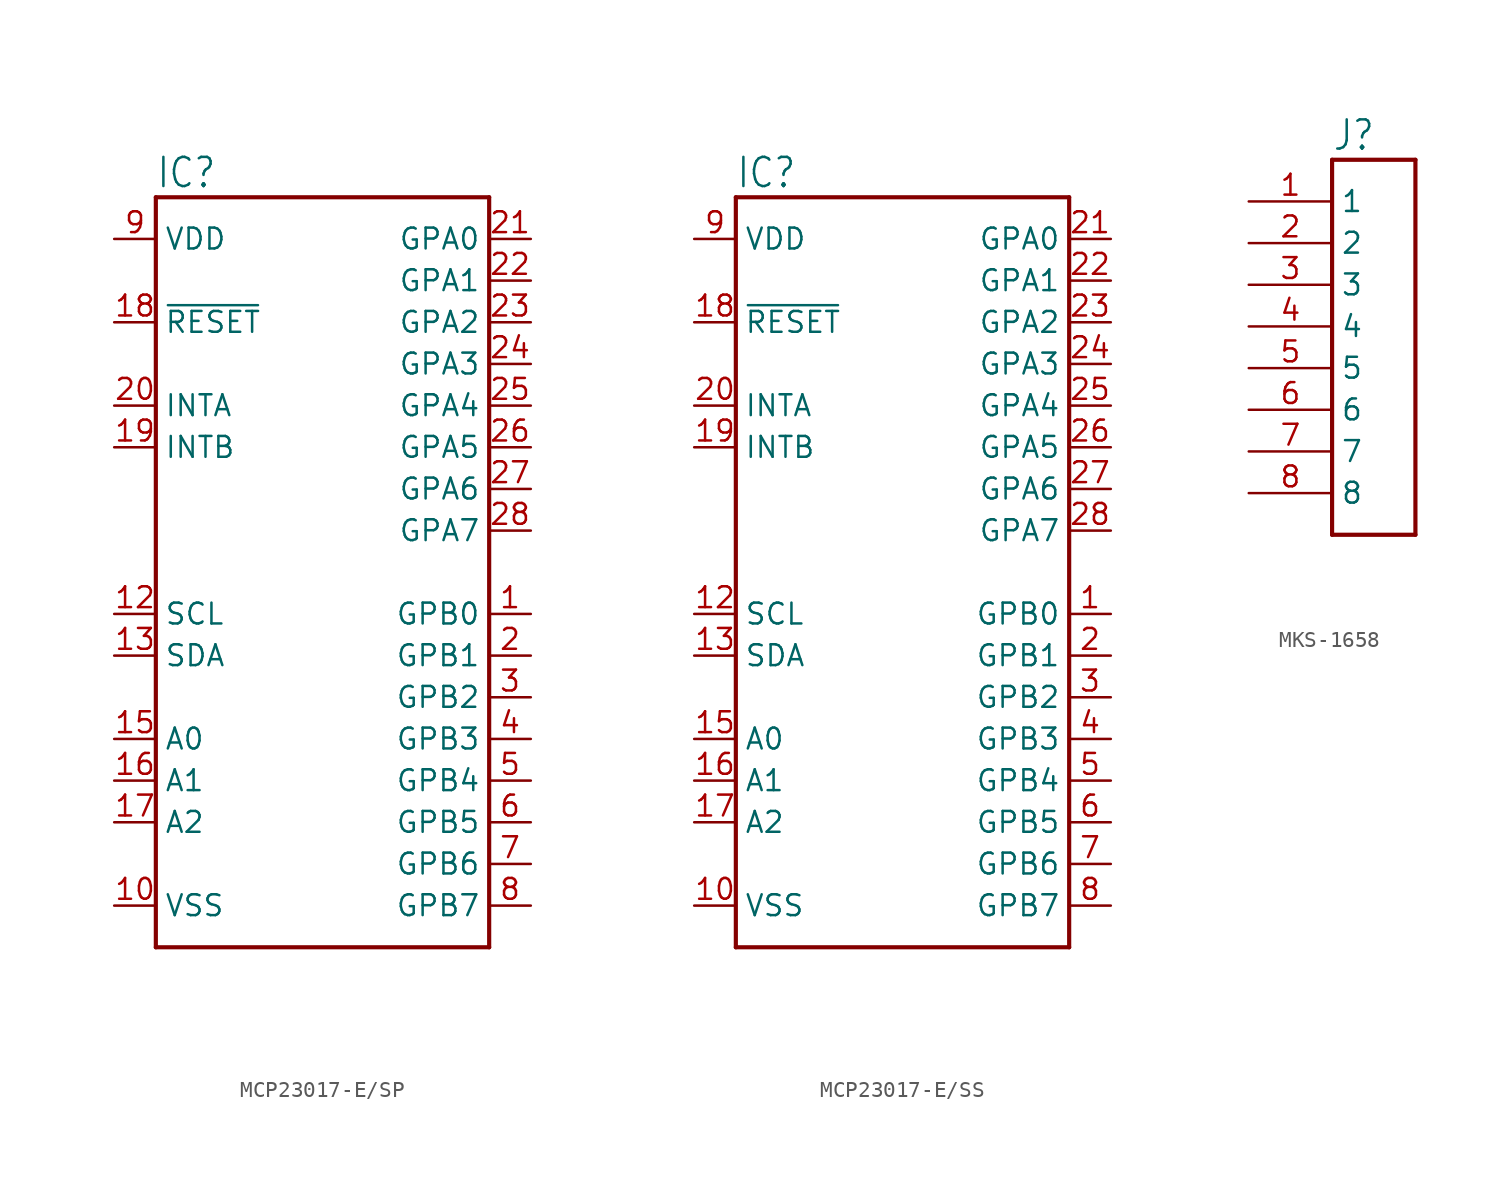
<source format=kicad_sym>
(kicad_symbol_lib
  (version 20220914)
  (generator kicad_symbol_editor)
  (symbol "MCP23017-E/SP"
    (property "Reference" "IC"
      (at -10.16 25.4 0)
      (effects (font (size 1.778 1.511)) (justify left top)))
    (property "Value" ""
      (at -10.16 -25.4 0)
      (effects (font (size 1.778 1.511)) (justify left bottom)))
    (property "ki_locked" ""
      (at 0 0 0)
      (effects (font (size 1.27 1.27))))
    (symbol "MCP23017-E/SP_1_0"
      (polyline (pts (xy -10.16 -22.86) (xy -10.16 22.86)) (stroke (width 0.254) (type solid)) (fill (type none)))
      (polyline (pts (xy -10.16 22.86) (xy 10.16 22.86)) (stroke (width 0.254) (type solid)) (fill (type none)))
      (polyline (pts (xy 10.16 -22.86) (xy -10.16 -22.86)) (stroke (width 0.254) (type solid)) (fill (type none)))
      (polyline (pts (xy 10.16 22.86) (xy 10.16 -22.86)) (stroke (width 0.254) (type solid)) (fill (type none)))
      (pin bidirectional line (at 12.7 -2.54 180) (length 2.54) (name "GPB0" (effects (font (size 1.27 1.27)))) (number "1" (effects (font (size 1.27 1.27)))))
      (pin power_in line (at -12.7 -20.32 0) (length 2.54) (name "VSS" (effects (font (size 1.27 1.27)))) (number "10" (effects (font (size 1.27 1.27)))))
      (pin input line (at -12.7 -2.54 0) (length 2.54) (name "SCL" (effects (font (size 1.27 1.27)))) (number "12" (effects (font (size 1.27 1.27)))))
      (pin bidirectional line (at -12.7 -5.08 0) (length 2.54) (name "SDA" (effects (font (size 1.27 1.27)))) (number "13" (effects (font (size 1.27 1.27)))))
      (pin input line (at -12.7 -10.16 0) (length 2.54) (name "A0" (effects (font (size 1.27 1.27)))) (number "15" (effects (font (size 1.27 1.27)))))
      (pin input line (at -12.7 -12.7 0) (length 2.54) (name "A1" (effects (font (size 1.27 1.27)))) (number "16" (effects (font (size 1.27 1.27)))))
      (pin input line (at -12.7 -15.24 0) (length 2.54) (name "A2" (effects (font (size 1.27 1.27)))) (number "17" (effects (font (size 1.27 1.27)))))
      (pin input line (at -12.7 15.24 0) (length 2.54) (name "~{RESET}" (effects (font (size 1.27 1.27)))) (number "18" (effects (font (size 1.27 1.27)))))
      (pin output line (at -12.7 7.62 0) (length 2.54) (name "INTB" (effects (font (size 1.27 1.27)))) (number "19" (effects (font (size 1.27 1.27)))))
      (pin bidirectional line (at 12.7 -5.08 180) (length 2.54) (name "GPB1" (effects (font (size 1.27 1.27)))) (number "2" (effects (font (size 1.27 1.27)))))
      (pin output line (at -12.7 10.16 0) (length 2.54) (name "INTA" (effects (font (size 1.27 1.27)))) (number "20" (effects (font (size 1.27 1.27)))))
      (pin bidirectional line (at 12.7 20.32 180) (length 2.54) (name "GPA0" (effects (font (size 1.27 1.27)))) (number "21" (effects (font (size 1.27 1.27)))))
      (pin bidirectional line (at 12.7 17.78 180) (length 2.54) (name "GPA1" (effects (font (size 1.27 1.27)))) (number "22" (effects (font (size 1.27 1.27)))))
      (pin bidirectional line (at 12.7 15.24 180) (length 2.54) (name "GPA2" (effects (font (size 1.27 1.27)))) (number "23" (effects (font (size 1.27 1.27)))))
      (pin bidirectional line (at 12.7 12.7 180) (length 2.54) (name "GPA3" (effects (font (size 1.27 1.27)))) (number "24" (effects (font (size 1.27 1.27)))))
      (pin bidirectional line (at 12.7 10.16 180) (length 2.54) (name "GPA4" (effects (font (size 1.27 1.27)))) (number "25" (effects (font (size 1.27 1.27)))))
      (pin bidirectional line (at 12.7 7.62 180) (length 2.54) (name "GPA5" (effects (font (size 1.27 1.27)))) (number "26" (effects (font (size 1.27 1.27)))))
      (pin bidirectional line (at 12.7 5.08 180) (length 2.54) (name "GPA6" (effects (font (size 1.27 1.27)))) (number "27" (effects (font (size 1.27 1.27)))))
      (pin bidirectional line (at 12.7 2.54 180) (length 2.54) (name "GPA7" (effects (font (size 1.27 1.27)))) (number "28" (effects (font (size 1.27 1.27)))))
      (pin bidirectional line (at 12.7 -7.62 180) (length 2.54) (name "GPB2" (effects (font (size 1.27 1.27)))) (number "3" (effects (font (size 1.27 1.27)))))
      (pin bidirectional line (at 12.7 -10.16 180) (length 2.54) (name "GPB3" (effects (font (size 1.27 1.27)))) (number "4" (effects (font (size 1.27 1.27)))))
      (pin bidirectional line (at 12.7 -12.7 180) (length 2.54) (name "GPB4" (effects (font (size 1.27 1.27)))) (number "5" (effects (font (size 1.27 1.27)))))
      (pin bidirectional line (at 12.7 -15.24 180) (length 2.54) (name "GPB5" (effects (font (size 1.27 1.27)))) (number "6" (effects (font (size 1.27 1.27)))))
      (pin bidirectional line (at 12.7 -17.78 180) (length 2.54) (name "GPB6" (effects (font (size 1.27 1.27)))) (number "7" (effects (font (size 1.27 1.27)))))
      (pin bidirectional line (at 12.7 -20.32 180) (length 2.54) (name "GPB7" (effects (font (size 1.27 1.27)))) (number "8" (effects (font (size 1.27 1.27)))))
      (pin power_in line (at -12.7 20.32 0) (length 2.54) (name "VDD" (effects (font (size 1.27 1.27)))) (number "9" (effects (font (size 1.27 1.27)))))))
  (symbol "MCP23017-E/SS"
    (property "Reference" "IC"
      (at -10.16 25.4 0)
      (effects (font (size 1.778 1.511)) (justify left top)))
    (property "Value" ""
      (at -10.16 -25.4 0)
      (effects (font (size 1.778 1.511)) (justify left bottom)))
    (property "ki_locked" ""
      (at 0 0 0)
      (effects (font (size 1.27 1.27))))
    (symbol "MCP23017-E/SS_1_0"
      (polyline (pts (xy -10.16 -22.86) (xy -10.16 22.86)) (stroke (width 0.254) (type solid)) (fill (type none)))
      (polyline (pts (xy -10.16 22.86) (xy 10.16 22.86)) (stroke (width 0.254) (type solid)) (fill (type none)))
      (polyline (pts (xy 10.16 -22.86) (xy -10.16 -22.86)) (stroke (width 0.254) (type solid)) (fill (type none)))
      (polyline (pts (xy 10.16 22.86) (xy 10.16 -22.86)) (stroke (width 0.254) (type solid)) (fill (type none)))
      (pin bidirectional line (at 12.7 -2.54 180) (length 2.54) (name "GPB0" (effects (font (size 1.27 1.27)))) (number "1" (effects (font (size 1.27 1.27)))))
      (pin power_in line (at -12.7 -20.32 0) (length 2.54) (name "VSS" (effects (font (size 1.27 1.27)))) (number "10" (effects (font (size 1.27 1.27)))))
      (pin input line (at -12.7 -2.54 0) (length 2.54) (name "SCL" (effects (font (size 1.27 1.27)))) (number "12" (effects (font (size 1.27 1.27)))))
      (pin bidirectional line (at -12.7 -5.08 0) (length 2.54) (name "SDA" (effects (font (size 1.27 1.27)))) (number "13" (effects (font (size 1.27 1.27)))))
      (pin input line (at -12.7 -10.16 0) (length 2.54) (name "A0" (effects (font (size 1.27 1.27)))) (number "15" (effects (font (size 1.27 1.27)))))
      (pin input line (at -12.7 -12.7 0) (length 2.54) (name "A1" (effects (font (size 1.27 1.27)))) (number "16" (effects (font (size 1.27 1.27)))))
      (pin input line (at -12.7 -15.24 0) (length 2.54) (name "A2" (effects (font (size 1.27 1.27)))) (number "17" (effects (font (size 1.27 1.27)))))
      (pin input line (at -12.7 15.24 0) (length 2.54) (name "~{RESET}" (effects (font (size 1.27 1.27)))) (number "18" (effects (font (size 1.27 1.27)))))
      (pin output line (at -12.7 7.62 0) (length 2.54) (name "INTB" (effects (font (size 1.27 1.27)))) (number "19" (effects (font (size 1.27 1.27)))))
      (pin bidirectional line (at 12.7 -5.08 180) (length 2.54) (name "GPB1" (effects (font (size 1.27 1.27)))) (number "2" (effects (font (size 1.27 1.27)))))
      (pin output line (at -12.7 10.16 0) (length 2.54) (name "INTA" (effects (font (size 1.27 1.27)))) (number "20" (effects (font (size 1.27 1.27)))))
      (pin bidirectional line (at 12.7 20.32 180) (length 2.54) (name "GPA0" (effects (font (size 1.27 1.27)))) (number "21" (effects (font (size 1.27 1.27)))))
      (pin bidirectional line (at 12.7 17.78 180) (length 2.54) (name "GPA1" (effects (font (size 1.27 1.27)))) (number "22" (effects (font (size 1.27 1.27)))))
      (pin bidirectional line (at 12.7 15.24 180) (length 2.54) (name "GPA2" (effects (font (size 1.27 1.27)))) (number "23" (effects (font (size 1.27 1.27)))))
      (pin bidirectional line (at 12.7 12.7 180) (length 2.54) (name "GPA3" (effects (font (size 1.27 1.27)))) (number "24" (effects (font (size 1.27 1.27)))))
      (pin bidirectional line (at 12.7 10.16 180) (length 2.54) (name "GPA4" (effects (font (size 1.27 1.27)))) (number "25" (effects (font (size 1.27 1.27)))))
      (pin bidirectional line (at 12.7 7.62 180) (length 2.54) (name "GPA5" (effects (font (size 1.27 1.27)))) (number "26" (effects (font (size 1.27 1.27)))))
      (pin bidirectional line (at 12.7 5.08 180) (length 2.54) (name "GPA6" (effects (font (size 1.27 1.27)))) (number "27" (effects (font (size 1.27 1.27)))))
      (pin bidirectional line (at 12.7 2.54 180) (length 2.54) (name "GPA7" (effects (font (size 1.27 1.27)))) (number "28" (effects (font (size 1.27 1.27)))))
      (pin bidirectional line (at 12.7 -7.62 180) (length 2.54) (name "GPB2" (effects (font (size 1.27 1.27)))) (number "3" (effects (font (size 1.27 1.27)))))
      (pin bidirectional line (at 12.7 -10.16 180) (length 2.54) (name "GPB3" (effects (font (size 1.27 1.27)))) (number "4" (effects (font (size 1.27 1.27)))))
      (pin bidirectional line (at 12.7 -12.7 180) (length 2.54) (name "GPB4" (effects (font (size 1.27 1.27)))) (number "5" (effects (font (size 1.27 1.27)))))
      (pin bidirectional line (at 12.7 -15.24 180) (length 2.54) (name "GPB5" (effects (font (size 1.27 1.27)))) (number "6" (effects (font (size 1.27 1.27)))))
      (pin bidirectional line (at 12.7 -17.78 180) (length 2.54) (name "GPB6" (effects (font (size 1.27 1.27)))) (number "7" (effects (font (size 1.27 1.27)))))
      (pin bidirectional line (at 12.7 -20.32 180) (length 2.54) (name "GPB7" (effects (font (size 1.27 1.27)))) (number "8" (effects (font (size 1.27 1.27)))))
      (pin power_in line (at -12.7 20.32 0) (length 2.54) (name "VDD" (effects (font (size 1.27 1.27)))) (number "9" (effects (font (size 1.27 1.27)))))))
  (symbol "MKS-1658"
    (property "Reference" "J"
      (at -2.54 15.24 0)
      (effects (font (size 1.778 1.511)) (justify left top)))
    (property "Value" ""
      (at -2.54 -12.7 0)
      (effects (font (size 1.778 1.511)) (justify left bottom)))
    (property "ki_locked" ""
      (at 0 0 0)
      (effects (font (size 1.27 1.27))))
    (symbol "MKS-1658_1_0"
      (polyline (pts (xy -2.54 -10.16) (xy 2.54 -10.16)) (stroke (width 0.254) (type solid)) (fill (type none)))
      (polyline (pts (xy -2.54 12.7) (xy -2.54 -10.16)) (stroke (width 0.254) (type solid)) (fill (type none)))
      (polyline (pts (xy 2.54 -10.16) (xy 2.54 12.7)) (stroke (width 0.254) (type solid)) (fill (type none)))
      (polyline (pts (xy 2.54 12.7) (xy -2.54 12.7)) (stroke (width 0.254) (type solid)) (fill (type none)))
      (pin bidirectional line (at -7.62 10.16 0) (length 5.08) (name "1" (effects (font (size 1.27 1.27)))) (number "1" (effects (font (size 1.27 1.27)))))
      (pin bidirectional line (at -7.62 7.62 0) (length 5.08) (name "2" (effects (font (size 1.27 1.27)))) (number "2" (effects (font (size 1.27 1.27)))))
      (pin bidirectional line (at -7.62 5.08 0) (length 5.08) (name "3" (effects (font (size 1.27 1.27)))) (number "3" (effects (font (size 1.27 1.27)))))
      (pin bidirectional line (at -7.62 2.54 0) (length 5.08) (name "4" (effects (font (size 1.27 1.27)))) (number "4" (effects (font (size 1.27 1.27)))))
      (pin bidirectional line (at -7.62 0 0) (length 5.08) (name "5" (effects (font (size 1.27 1.27)))) (number "5" (effects (font (size 1.27 1.27)))))
      (pin bidirectional line (at -7.62 -2.54 0) (length 5.08) (name "6" (effects (font (size 1.27 1.27)))) (number "6" (effects (font (size 1.27 1.27)))))
      (pin bidirectional line (at -7.62 -5.08 0) (length 5.08) (name "7" (effects (font (size 1.27 1.27)))) (number "7" (effects (font (size 1.27 1.27)))))
      (pin bidirectional line (at -7.62 -7.62 0) (length 5.08) (name "8" (effects (font (size 1.27 1.27)))) (number "8" (effects (font (size 1.27 1.27))))))))
</source>
